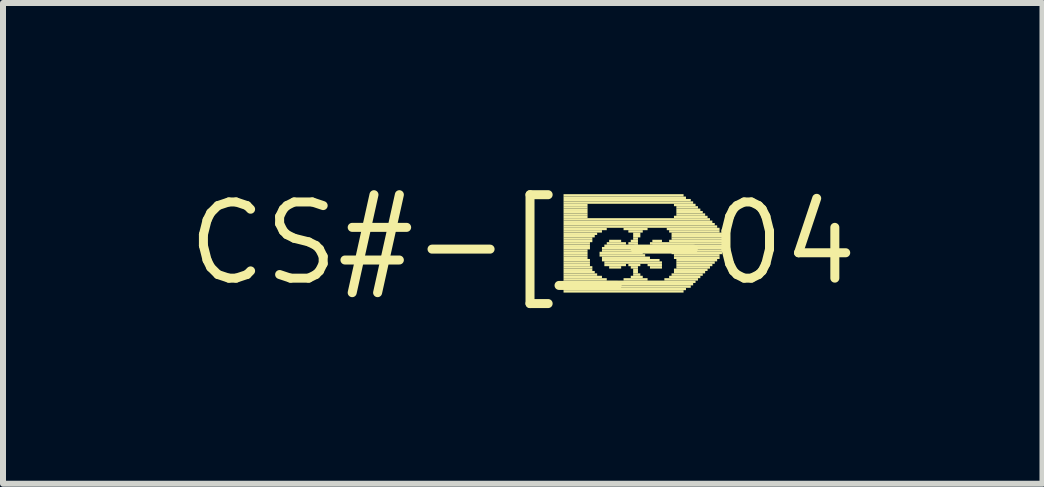
<source format=kicad_pcb>
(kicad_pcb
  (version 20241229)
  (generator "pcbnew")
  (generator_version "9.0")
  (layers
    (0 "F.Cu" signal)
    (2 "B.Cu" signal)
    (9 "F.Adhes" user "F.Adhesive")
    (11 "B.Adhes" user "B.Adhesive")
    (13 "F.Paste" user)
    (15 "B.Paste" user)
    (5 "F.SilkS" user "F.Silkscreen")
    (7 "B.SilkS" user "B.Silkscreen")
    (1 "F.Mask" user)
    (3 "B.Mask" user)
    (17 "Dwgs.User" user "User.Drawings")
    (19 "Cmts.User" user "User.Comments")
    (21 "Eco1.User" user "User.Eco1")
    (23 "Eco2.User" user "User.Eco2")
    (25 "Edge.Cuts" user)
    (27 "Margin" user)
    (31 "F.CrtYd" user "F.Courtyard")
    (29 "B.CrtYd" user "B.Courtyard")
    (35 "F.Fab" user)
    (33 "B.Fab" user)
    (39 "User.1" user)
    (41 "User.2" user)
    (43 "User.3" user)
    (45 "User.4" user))
  (footprint "CS#-[_-04"
    (layer "F.Cu")
    (at 5.662 1.006)
    (property "Reference" "CS#-[_-04" (at 0 0 0) (layer "F.SilkS") (effects (font (size 1.27 1.27) (thickness 0.15))))
    (fp_poly (pts (xy 0.68 -0.78) (xy 2.68 -0.78) (xy 2.68 -0.82) (xy 0.68 -0.82)) (stroke (width 0) (type default)) (fill yes) (layer "F.SilkS"))
    (fp_poly (pts (xy 0.68 -0.74) (xy 2.72 -0.74) (xy 2.72 -0.78) (xy 0.68 -0.78)) (stroke (width 0) (type default)) (fill yes) (layer "F.SilkS"))
    (fp_poly (pts (xy 0.68 -0.7) (xy 2.8 -0.7) (xy 2.8 -0.74) (xy 0.68 -0.74)) (stroke (width 0) (type default)) (fill yes) (layer "F.SilkS"))
    (fp_poly (pts (xy 0.68 -0.66) (xy 2.84 -0.66) (xy 2.84 -0.7) (xy 0.68 -0.7)) (stroke (width 0) (type default)) (fill yes) (layer "F.SilkS"))
    (fp_poly (pts (xy 0.68 -0.62) (xy 1.08 -0.62) (xy 1.08 -0.66) (xy 0.68 -0.66)) (stroke (width 0) (type default)) (fill yes) (layer "F.SilkS"))
    (fp_poly (pts (xy 0.68 -0.58) (xy 1.08 -0.58) (xy 1.08 -0.62) (xy 0.68 -0.62)) (stroke (width 0) (type default)) (fill yes) (layer "F.SilkS"))
    (fp_poly (pts (xy 0.68 -0.54) (xy 1.08 -0.54) (xy 1.08 -0.58) (xy 0.68 -0.58)) (stroke (width 0) (type default)) (fill yes) (layer "F.SilkS"))
    (fp_poly (pts (xy 0.68 -0.5) (xy 1.08 -0.5) (xy 1.08 -0.54) (xy 0.68 -0.54)) (stroke (width 0) (type default)) (fill yes) (layer "F.SilkS"))
    (fp_poly (pts (xy 0.68 -0.46) (xy 1.08 -0.46) (xy 1.08 -0.5) (xy 0.68 -0.5)) (stroke (width 0) (type default)) (fill yes) (layer "F.SilkS"))
    (fp_poly (pts (xy 0.68 -0.42) (xy 1.08 -0.42) (xy 1.08 -0.46) (xy 0.68 -0.46)) (stroke (width 0) (type default)) (fill yes) (layer "F.SilkS"))
    (fp_poly (pts (xy 0.68 -0.38) (xy 3.12 -0.38) (xy 3.12 -0.42) (xy 0.68 -0.42)) (stroke (width 0) (type default)) (fill yes) (layer "F.SilkS"))
    (fp_poly (pts (xy 0.68 -0.34) (xy 3.16 -0.34) (xy 3.16 -0.38) (xy 0.68 -0.38)) (stroke (width 0) (type default)) (fill yes) (layer "F.SilkS"))
    (fp_poly (pts (xy 0.68 -0.3) (xy 3.2 -0.3) (xy 3.2 -0.34) (xy 0.68 -0.34)) (stroke (width 0) (type default)) (fill yes) (layer "F.SilkS"))
    (fp_poly (pts (xy 0.68 -0.26) (xy 3.24 -0.26) (xy 3.24 -0.3) (xy 0.68 -0.3)) (stroke (width 0) (type default)) (fill yes) (layer "F.SilkS"))
    (fp_poly (pts (xy 0.68 -0.22) (xy 1.4 -0.22) (xy 1.4 -0.26) (xy 0.68 -0.26)) (stroke (width 0) (type default)) (fill yes) (layer "F.SilkS"))
    (fp_poly (pts (xy 0.68 -0.18) (xy 1.32 -0.18) (xy 1.32 -0.22) (xy 0.68 -0.22)) (stroke (width 0) (type default)) (fill yes) (layer "F.SilkS"))
    (fp_poly (pts (xy 0.68 -0.14) (xy 1.24 -0.14) (xy 1.24 -0.18) (xy 0.68 -0.18)) (stroke (width 0) (type default)) (fill yes) (layer "F.SilkS"))
    (fp_poly (pts (xy 0.68 -0.1) (xy 1.2 -0.1) (xy 1.2 -0.14) (xy 0.68 -0.14)) (stroke (width 0) (type default)) (fill yes) (layer "F.SilkS"))
    (fp_poly (pts (xy 0.68 -0.06) (xy 1.16 -0.06) (xy 1.16 -0.1) (xy 0.68 -0.1)) (stroke (width 0) (type default)) (fill yes) (layer "F.SilkS"))
    (fp_poly (pts (xy 0.68 -0.02) (xy 1.16 -0.02) (xy 1.16 -0.06) (xy 0.68 -0.06)) (stroke (width 0) (type default)) (fill yes) (layer "F.SilkS"))
    (fp_poly (pts (xy 0.68 0.02) (xy 1.12 0.02) (xy 1.12 -0.02) (xy 0.68 -0.02)) (stroke (width 0) (type default)) (fill yes) (layer "F.SilkS"))
    (fp_poly (pts (xy 0.68 0.06) (xy 1.12 0.06) (xy 1.12 0.02) (xy 0.68 0.02)) (stroke (width 0) (type default)) (fill yes) (layer "F.SilkS"))
    (fp_poly (pts (xy 0.68 0.1) (xy 1.12 0.1) (xy 1.12 0.06) (xy 0.68 0.06)) (stroke (width 0) (type default)) (fill yes) (layer "F.SilkS"))
    (fp_poly (pts (xy 0.68 0.14) (xy 1.08 0.14) (xy 1.08 0.1) (xy 0.68 0.1)) (stroke (width 0) (type default)) (fill yes) (layer "F.SilkS"))
    (fp_poly (pts (xy 0.68 0.18) (xy 1.08 0.18) (xy 1.08 0.14) (xy 0.68 0.14)) (stroke (width 0) (type default)) (fill yes) (layer "F.SilkS"))
    (fp_poly (pts (xy 0.68 0.22) (xy 1.08 0.22) (xy 1.08 0.18) (xy 0.68 0.18)) (stroke (width 0) (type default)) (fill yes) (layer "F.SilkS"))
    (fp_poly (pts (xy 0.68 0.26) (xy 1.08 0.26) (xy 1.08 0.22) (xy 0.68 0.22)) (stroke (width 0) (type default)) (fill yes) (layer "F.SilkS"))
    (fp_poly (pts (xy 0.68 0.3) (xy 1.12 0.3) (xy 1.12 0.26) (xy 0.68 0.26)) (stroke (width 0) (type default)) (fill yes) (layer "F.SilkS"))
    (fp_poly (pts (xy 0.68 0.34) (xy 1.12 0.34) (xy 1.12 0.3) (xy 0.68 0.3)) (stroke (width 0) (type default)) (fill yes) (layer "F.SilkS"))
    (fp_poly (pts (xy 0.68 0.38) (xy 1.12 0.38) (xy 1.12 0.34) (xy 0.68 0.34)) (stroke (width 0) (type default)) (fill yes) (layer "F.SilkS"))
    (fp_poly (pts (xy 0.68 0.42) (xy 1.16 0.42) (xy 1.16 0.38) (xy 0.68 0.38)) (stroke (width 0) (type default)) (fill yes) (layer "F.SilkS"))
    (fp_poly (pts (xy 0.68 0.46) (xy 1.16 0.46) (xy 1.16 0.42) (xy 0.68 0.42)) (stroke (width 0) (type default)) (fill yes) (layer "F.SilkS"))
    (fp_poly (pts (xy 0.68 0.5) (xy 1.2 0.5) (xy 1.2 0.46) (xy 0.68 0.46)) (stroke (width 0) (type default)) (fill yes) (layer "F.SilkS"))
    (fp_poly (pts (xy 0.68 0.54) (xy 1.24 0.54) (xy 1.24 0.5) (xy 0.68 0.5)) (stroke (width 0) (type default)) (fill yes) (layer "F.SilkS"))
    (fp_poly (pts (xy 0.68 0.58) (xy 1.32 0.58) (xy 1.32 0.54) (xy 0.68 0.54)) (stroke (width 0) (type default)) (fill yes) (layer "F.SilkS"))
    (fp_poly (pts (xy 0.68 0.62) (xy 1.4 0.62) (xy 1.4 0.58) (xy 0.68 0.58)) (stroke (width 0) (type default)) (fill yes) (layer "F.SilkS"))
    (fp_poly (pts (xy 0.68 0.66) (xy 2.88 0.66) (xy 2.88 0.62) (xy 0.68 0.62)) (stroke (width 0) (type default)) (fill yes) (layer "F.SilkS"))
    (fp_poly (pts (xy 0.68 0.7) (xy 2.84 0.7) (xy 2.84 0.66) (xy 0.68 0.66)) (stroke (width 0) (type default)) (fill yes) (layer "F.SilkS"))
    (fp_poly (pts (xy 0.68 0.74) (xy 2.8 0.74) (xy 2.8 0.7) (xy 0.68 0.7)) (stroke (width 0) (type default)) (fill yes) (layer "F.SilkS"))
    (fp_poly (pts (xy 0.68 0.78) (xy 2.72 0.78) (xy 2.72 0.74) (xy 0.68 0.74)) (stroke (width 0) (type default)) (fill yes) (layer "F.SilkS"))
    (fp_poly (pts (xy 0.68 0.82) (xy 2.68 0.82) (xy 2.68 0.78) (xy 0.68 0.78)) (stroke (width 0) (type default)) (fill yes) (layer "F.SilkS"))
    (fp_poly (pts (xy 1.28 0.18) (xy 2 0.18) (xy 2 0.14) (xy 1.28 0.14)) (stroke (width 0) (type default)) (fill yes) (layer "F.SilkS"))
    (fp_poly (pts (xy 1.28 0.22) (xy 2.04 0.22) (xy 2.04 0.18) (xy 1.28 0.18)) (stroke (width 0) (type default)) (fill yes) (layer "F.SilkS"))
    (fp_poly (pts (xy 1.32 0.1) (xy 1.96 0.1) (xy 1.96 0.06) (xy 1.32 0.06)) (stroke (width 0) (type default)) (fill yes) (layer "F.SilkS"))
    (fp_poly (pts (xy 1.32 0.14) (xy 1.96 0.14) (xy 1.96 0.1) (xy 1.32 0.1)) (stroke (width 0) (type default)) (fill yes) (layer "F.SilkS"))
    (fp_poly (pts (xy 1.32 0.26) (xy 2.12 0.26) (xy 2.12 0.22) (xy 1.32 0.22)) (stroke (width 0) (type default)) (fill yes) (layer "F.SilkS"))
    (fp_poly (pts (xy 1.32 0.3) (xy 2.28 0.3) (xy 2.28 0.26) (xy 1.32 0.26)) (stroke (width 0) (type default)) (fill yes) (layer "F.SilkS"))
    (fp_poly (pts (xy 1.36 0.06) (xy 1.92 0.06) (xy 1.92 0.02) (xy 1.36 0.02)) (stroke (width 0) (type default)) (fill yes) (layer "F.SilkS"))
    (fp_poly (pts (xy 1.36 0.34) (xy 2.32 0.34) (xy 2.32 0.3) (xy 1.36 0.3)) (stroke (width 0) (type default)) (fill yes) (layer "F.SilkS"))
    (fp_poly (pts (xy 1.36 0.38) (xy 1.72 0.38) (xy 1.72 0.34) (xy 1.36 0.34)) (stroke (width 0) (type default)) (fill yes) (layer "F.SilkS"))
    (fp_poly (pts (xy 1.4 0.02) (xy 1.72 0.02) (xy 1.72 -0.02) (xy 1.4 -0.02)) (stroke (width 0) (type default)) (fill yes) (layer "F.SilkS"))
    (fp_poly (pts (xy 1.44 -0.02) (xy 1.64 -0.02) (xy 1.64 -0.06) (xy 1.44 -0.06)) (stroke (width 0) (type default)) (fill yes) (layer "F.SilkS"))
    (fp_poly (pts (xy 1.44 0.42) (xy 1.64 0.42) (xy 1.64 0.38) (xy 1.44 0.38)) (stroke (width 0) (type default)) (fill yes) (layer "F.SilkS"))
    (fp_poly (pts (xy 1.68 -0.22) (xy 2.08 -0.22) (xy 2.08 -0.26) (xy 1.68 -0.26)) (stroke (width 0) (type default)) (fill yes) (layer "F.SilkS"))
    (fp_poly (pts (xy 1.68 0.62) (xy 2.08 0.62) (xy 2.08 0.58) (xy 1.68 0.58)) (stroke (width 0) (type default)) (fill yes) (layer "F.SilkS"))
    (fp_poly (pts (xy 1.76 -0.18) (xy 2 -0.18) (xy 2 -0.22) (xy 1.76 -0.22)) (stroke (width 0) (type default)) (fill yes) (layer "F.SilkS"))
    (fp_poly (pts (xy 1.76 0.02) (xy 1.92 0.02) (xy 1.92 -0.02) (xy 1.76 -0.02)) (stroke (width 0) (type default)) (fill yes) (layer "F.SilkS"))
    (fp_poly (pts (xy 1.76 0.38) (xy 1.96 0.38) (xy 1.96 0.34) (xy 1.76 0.34)) (stroke (width 0) (type default)) (fill yes) (layer "F.SilkS"))
    (fp_poly (pts (xy 1.8 -0.02) (xy 1.92 -0.02) (xy 1.92 -0.06) (xy 1.8 -0.06)) (stroke (width 0) (type default)) (fill yes) (layer "F.SilkS"))
    (fp_poly (pts (xy 1.8 0.42) (xy 1.92 0.42) (xy 1.92 0.38) (xy 1.8 0.38)) (stroke (width 0) (type default)) (fill yes) (layer "F.SilkS"))
    (fp_poly (pts (xy 1.8 0.58) (xy 2 0.58) (xy 2 0.54) (xy 1.8 0.54)) (stroke (width 0) (type default)) (fill yes) (layer "F.SilkS"))
    (fp_poly (pts (xy 1.84 -0.14) (xy 1.96 -0.14) (xy 1.96 -0.18) (xy 1.84 -0.18)) (stroke (width 0) (type default)) (fill yes) (layer "F.SilkS"))
    (fp_poly (pts (xy 1.84 -0.1) (xy 1.96 -0.1) (xy 1.96 -0.14) (xy 1.84 -0.14)) (stroke (width 0) (type default)) (fill yes) (layer "F.SilkS"))
    (fp_poly (pts (xy 1.84 -0.06) (xy 1.92 -0.06) (xy 1.92 -0.1) (xy 1.84 -0.1)) (stroke (width 0) (type default)) (fill yes) (layer "F.SilkS"))
    (fp_poly (pts (xy 1.84 0.46) (xy 1.92 0.46) (xy 1.92 0.42) (xy 1.84 0.42)) (stroke (width 0) (type default)) (fill yes) (layer "F.SilkS"))
    (fp_poly (pts (xy 1.84 0.5) (xy 1.92 0.5) (xy 1.92 0.46) (xy 1.84 0.46)) (stroke (width 0) (type default)) (fill yes) (layer "F.SilkS"))
    (fp_poly (pts (xy 1.84 0.54) (xy 1.96 0.54) (xy 1.96 0.5) (xy 1.84 0.5)) (stroke (width 0) (type default)) (fill yes) (layer "F.SilkS"))
    (fp_poly (pts (xy 2.08 0.38) (xy 2.32 0.38) (xy 2.32 0.34) (xy 2.08 0.34)) (stroke (width 0) (type default)) (fill yes) (layer "F.SilkS"))
    (fp_poly (pts (xy 2.12 0.02) (xy 3.36 0.02) (xy 3.36 -0.02) (xy 2.12 -0.02)) (stroke (width 0) (type default)) (fill yes) (layer "F.SilkS"))
    (fp_poly (pts (xy 2.12 0.42) (xy 2.32 0.42) (xy 2.32 0.38) (xy 2.12 0.38)) (stroke (width 0) (type default)) (fill yes) (layer "F.SilkS"))
    (fp_poly (pts (xy 2.16 -0.02) (xy 2.32 -0.02) (xy 2.32 -0.06) (xy 2.16 -0.06)) (stroke (width 0) (type default)) (fill yes) (layer "F.SilkS"))
    (fp_poly (pts (xy 2.16 0.06) (xy 3.36 0.06) (xy 3.36 0.02) (xy 2.16 0.02)) (stroke (width 0) (type default)) (fill yes) (layer "F.SilkS"))
    (fp_poly (pts (xy 2.28 0.1) (xy 3.36 0.1) (xy 3.36 0.06) (xy 2.28 0.06)) (stroke (width 0) (type default)) (fill yes) (layer "F.SilkS"))
    (fp_poly (pts (xy 2.36 0.62) (xy 2.92 0.62) (xy 2.92 0.58) (xy 2.36 0.58)) (stroke (width 0) (type default)) (fill yes) (layer "F.SilkS"))
    (fp_poly (pts (xy 2.4 -0.22) (xy 3.28 -0.22) (xy 3.28 -0.26) (xy 2.4 -0.26)) (stroke (width 0) (type default)) (fill yes) (layer "F.SilkS"))
    (fp_poly (pts (xy 2.4 0.14) (xy 3.36 0.14) (xy 3.36 0.1) (xy 2.4 0.1)) (stroke (width 0) (type default)) (fill yes) (layer "F.SilkS"))
    (fp_poly (pts (xy 2.44 -0.18) (xy 3.28 -0.18) (xy 3.28 -0.22) (xy 2.44 -0.22)) (stroke (width 0) (type default)) (fill yes) (layer "F.SilkS"))
    (fp_poly (pts (xy 2.44 -0.02) (xy 3.36 -0.02) (xy 3.36 -0.06) (xy 2.44 -0.06)) (stroke (width 0) (type default)) (fill yes) (layer "F.SilkS"))
    (fp_poly (pts (xy 2.44 0.58) (xy 2.96 0.58) (xy 2.96 0.54) (xy 2.44 0.54)) (stroke (width 0) (type default)) (fill yes) (layer "F.SilkS"))
    (fp_poly (pts (xy 2.48 -0.14) (xy 3.32 -0.14) (xy 3.32 -0.18) (xy 2.48 -0.18)) (stroke (width 0) (type default)) (fill yes) (layer "F.SilkS"))
    (fp_poly (pts (xy 2.48 -0.1) (xy 3.36 -0.1) (xy 3.36 -0.14) (xy 2.48 -0.14)) (stroke (width 0) (type default)) (fill yes) (layer "F.SilkS"))
    (fp_poly (pts (xy 2.48 -0.06) (xy 3.36 -0.06) (xy 3.36 -0.1) (xy 2.48 -0.1)) (stroke (width 0) (type default)) (fill yes) (layer "F.SilkS"))
    (fp_poly (pts (xy 2.48 0.18) (xy 3.32 0.18) (xy 3.32 0.14) (xy 2.48 0.14)) (stroke (width 0) (type default)) (fill yes) (layer "F.SilkS"))
    (fp_poly (pts (xy 2.48 0.54) (xy 3 0.54) (xy 3 0.5) (xy 2.48 0.5)) (stroke (width 0) (type default)) (fill yes) (layer "F.SilkS"))
    (fp_poly (pts (xy 2.52 -0.62) (xy 2.88 -0.62) (xy 2.88 -0.66) (xy 2.52 -0.66)) (stroke (width 0) (type default)) (fill yes) (layer "F.SilkS"))
    (fp_poly (pts (xy 2.52 -0.42) (xy 3.08 -0.42) (xy 3.08 -0.46) (xy 2.52 -0.46)) (stroke (width 0) (type default)) (fill yes) (layer "F.SilkS"))
    (fp_poly (pts (xy 2.52 0.22) (xy 3.28 0.22) (xy 3.28 0.18) (xy 2.52 0.18)) (stroke (width 0) (type default)) (fill yes) (layer "F.SilkS"))
    (fp_poly (pts (xy 2.52 0.26) (xy 3.28 0.26) (xy 3.28 0.22) (xy 2.52 0.22)) (stroke (width 0) (type default)) (fill yes) (layer "F.SilkS"))
    (fp_poly (pts (xy 2.52 0.46) (xy 3.08 0.46) (xy 3.08 0.42) (xy 2.52 0.42)) (stroke (width 0) (type default)) (fill yes) (layer "F.SilkS"))
    (fp_poly (pts (xy 2.52 0.5) (xy 3.04 0.5) (xy 3.04 0.46) (xy 2.52 0.46)) (stroke (width 0) (type default)) (fill yes) (layer "F.SilkS"))
    (fp_poly (pts (xy 2.56 -0.58) (xy 2.92 -0.58) (xy 2.92 -0.62) (xy 2.56 -0.62)) (stroke (width 0) (type default)) (fill yes) (layer "F.SilkS"))
    (fp_poly (pts (xy 2.56 -0.54) (xy 2.96 -0.54) (xy 2.96 -0.58) (xy 2.56 -0.58)) (stroke (width 0) (type default)) (fill yes) (layer "F.SilkS"))
    (fp_poly (pts (xy 2.56 -0.5) (xy 3 -0.5) (xy 3 -0.54) (xy 2.56 -0.54)) (stroke (width 0) (type default)) (fill yes) (layer "F.SilkS"))
    (fp_poly (pts (xy 2.56 -0.46) (xy 3.04 -0.46) (xy 3.04 -0.5) (xy 2.56 -0.5)) (stroke (width 0) (type default)) (fill yes) (layer "F.SilkS"))
    (fp_poly (pts (xy 2.56 0.3) (xy 3.24 0.3) (xy 3.24 0.26) (xy 2.56 0.26)) (stroke (width 0) (type default)) (fill yes) (layer "F.SilkS"))
    (fp_poly (pts (xy 2.56 0.34) (xy 3.2 0.34) (xy 3.2 0.3) (xy 2.56 0.3)) (stroke (width 0) (type default)) (fill yes) (layer "F.SilkS"))
    (fp_poly (pts (xy 2.56 0.38) (xy 3.16 0.38) (xy 3.16 0.34) (xy 2.56 0.34)) (stroke (width 0) (type default)) (fill yes) (layer "F.SilkS"))
    (fp_poly (pts (xy 2.56 0.42) (xy 3.12 0.42) (xy 3.12 0.38) (xy 2.56 0.38)) (stroke (width 0) (type default)) (fill yes) (layer "F.SilkS")))
  (gr_rect
    (start -3 -3)
    (end 14.324 5.012)
    (stroke (width 0.1) (type default))
    (fill no)
    (layer "Edge.Cuts")))
</source>
